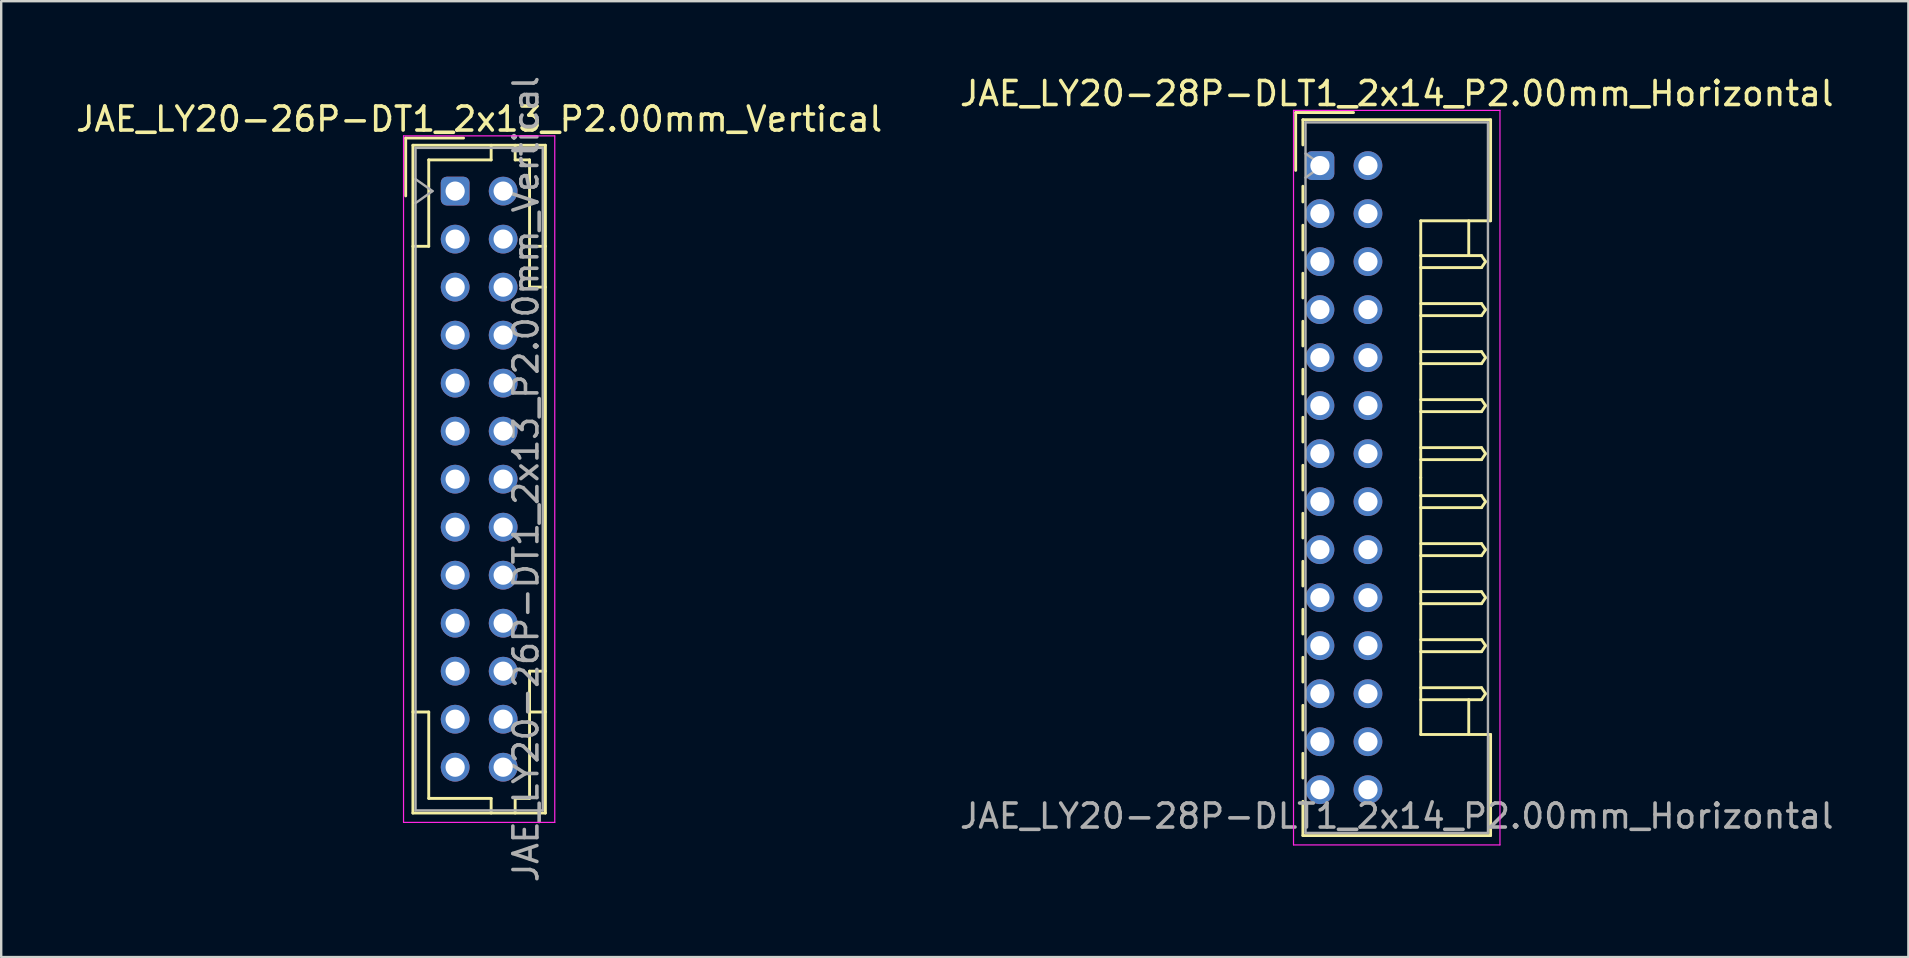
<source format=kicad_pcb>
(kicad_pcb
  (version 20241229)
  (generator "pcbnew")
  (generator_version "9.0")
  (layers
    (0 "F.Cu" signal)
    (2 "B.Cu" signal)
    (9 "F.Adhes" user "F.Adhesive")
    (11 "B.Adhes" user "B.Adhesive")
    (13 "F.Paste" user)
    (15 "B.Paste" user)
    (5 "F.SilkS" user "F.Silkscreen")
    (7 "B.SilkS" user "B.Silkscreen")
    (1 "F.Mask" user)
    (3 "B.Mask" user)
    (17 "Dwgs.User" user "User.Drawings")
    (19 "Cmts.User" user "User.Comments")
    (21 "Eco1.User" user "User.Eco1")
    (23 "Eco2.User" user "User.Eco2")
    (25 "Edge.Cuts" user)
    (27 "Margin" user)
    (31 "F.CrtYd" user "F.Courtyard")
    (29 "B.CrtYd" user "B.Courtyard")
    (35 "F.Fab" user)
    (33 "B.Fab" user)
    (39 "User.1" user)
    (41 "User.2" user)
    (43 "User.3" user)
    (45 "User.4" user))
  (footprint "JAE_LY20-26P-DT1_2x13_P2.00mm_Vertical"
    (layer "F.Cu")
    (at 15.911 4.911)
    (property "Reference" "JAE_LY20-26P-DT1_2x13_P2.00mm_Vertical" (at 1 -3 0) (layer "F.SilkS") (effects (font (size 1 1) (thickness 0.15))))
    (attr through_hole)
    (fp_line (start -2.06 -2.21) (end -2.06 0.2) (stroke (width 0.12) (type solid)) (layer "F.SilkS"))
    (fp_line (start -1.76 -1.91) (end -1.76 25.91) (stroke (width 0.12) (type solid)) (layer "F.SilkS"))
    (fp_line (start -1.76 25.91) (end 3.76 25.91) (stroke (width 0.12) (type solid)) (layer "F.SilkS"))
    (fp_line (start -1.1 -1.3) (end -1.1 2.3) (stroke (width 0.12) (type solid)) (layer "F.SilkS"))
    (fp_line (start -1.1 2.3) (end -1.76 2.3) (stroke (width 0.12) (type solid)) (layer "F.SilkS"))
    (fp_line (start -1.1 21.7) (end -1.76 21.7) (stroke (width 0.12) (type solid)) (layer "F.SilkS"))
    (fp_line (start -1.1 25.3) (end -1.1 21.7) (stroke (width 0.12) (type solid)) (layer "F.SilkS"))
    (fp_line (start 0.35 -2.21) (end -2.06 -2.21) (stroke (width 0.12) (type solid)) (layer "F.SilkS"))
    (fp_line (start 1.5 -1.91) (end 1.5 -1.3) (stroke (width 0.12) (type solid)) (layer "F.SilkS"))
    (fp_line (start 1.5 -1.3) (end -1.1 -1.3) (stroke (width 0.12) (type solid)) (layer "F.SilkS"))
    (fp_line (start 1.5 25.3) (end -1.1 25.3) (stroke (width 0.12) (type solid)) (layer "F.SilkS"))
    (fp_line (start 1.5 25.91) (end 1.5 25.3) (stroke (width 0.12) (type solid)) (layer "F.SilkS"))
    (fp_line (start 2.5 -1.91) (end 2.5 -1.3) (stroke (width 0.12) (type solid)) (layer "F.SilkS"))
    (fp_line (start 2.5 -1.3) (end 3.1 -1.3) (stroke (width 0.12) (type solid)) (layer "F.SilkS"))
    (fp_line (start 2.5 25.3) (end 3.1 25.3) (stroke (width 0.12) (type solid)) (layer "F.SilkS"))
    (fp_line (start 2.5 25.91) (end 2.5 25.3) (stroke (width 0.12) (type solid)) (layer "F.SilkS"))
    (fp_line (start 3.1 -1.3) (end 3.1 4) (stroke (width 0.12) (type solid)) (layer "F.SilkS"))
    (fp_line (start 3.1 4) (end 3.76 4) (stroke (width 0.12) (type solid)) (layer "F.SilkS"))
    (fp_line (start 3.1 20) (end 3.76 20) (stroke (width 0.12) (type solid)) (layer "F.SilkS"))
    (fp_line (start 3.1 25.3) (end 3.1 20) (stroke (width 0.12) (type solid)) (layer "F.SilkS"))
    (fp_line (start 3.76 -1.91) (end -1.76 -1.91) (stroke (width 0.12) (type solid)) (layer "F.SilkS"))
    (fp_line (start 3.76 2.3) (end 3.1 2.3) (stroke (width 0.12) (type solid)) (layer "F.SilkS"))
    (fp_line (start 3.76 21.7) (end 3.1 21.7) (stroke (width 0.12) (type solid)) (layer "F.SilkS"))
    (fp_line (start 3.76 25.91) (end 3.76 -1.91) (stroke (width 0.12) (type solid)) (layer "F.SilkS"))
    (fp_line (start -2.15 -2.3) (end -2.15 26.3) (stroke (width 0.05) (type solid)) (layer "F.CrtYd"))
    (fp_line (start -2.15 26.3) (end 4.15 26.3) (stroke (width 0.05) (type solid)) (layer "F.CrtYd"))
    (fp_line (start 4.15 -2.3) (end -2.15 -2.3) (stroke (width 0.05) (type solid)) (layer "F.CrtYd"))
    (fp_line (start 4.15 26.3) (end 4.15 -2.3) (stroke (width 0.05) (type solid)) (layer "F.CrtYd"))
    (fp_line (start -1.65 -1.8) (end -1.65 25.8) (stroke (width 0.1) (type solid)) (layer "F.Fab"))
    (fp_line (start -1.65 0.5) (end -0.943 0) (stroke (width 0.1) (type solid)) (layer "F.Fab"))
    (fp_line (start -1.65 25.8) (end 3.65 25.8) (stroke (width 0.1) (type solid)) (layer "F.Fab"))
    (fp_line (start -0.943 0) (end -1.65 -0.5) (stroke (width 0.1) (type solid)) (layer "F.Fab"))
    (fp_line (start 3.65 -1.8) (end -1.65 -1.8) (stroke (width 0.1) (type solid)) (layer "F.Fab"))
    (fp_line (start 3.65 25.8) (end 3.65 -1.8) (stroke (width 0.1) (type solid)) (layer "F.Fab"))
    (fp_text user "${REFERENCE}" (at 2.95 12 90) (layer "F.Fab") (effects (font (size 1 1) (thickness 0.15))))
    (pad "a1" thru_hole roundrect (at 0 0) (size 1.2 1.2) (drill 0.8) (layers "*.Cu" "*.Mask") (roundrect_rratio 0.208))
    (pad "a2" thru_hole circle (at 0 2) (size 1.2 1.2) (drill 0.8) (layers "*.Cu" "*.Mask"))
    (pad "a3" thru_hole circle (at 0 4) (size 1.2 1.2) (drill 0.8) (layers "*.Cu" "*.Mask"))
    (pad "a4" thru_hole circle (at 0 6) (size 1.2 1.2) (drill 0.8) (layers "*.Cu" "*.Mask"))
    (pad "a5" thru_hole circle (at 0 8) (size 1.2 1.2) (drill 0.8) (layers "*.Cu" "*.Mask"))
    (pad "a6" thru_hole circle (at 0 10) (size 1.2 1.2) (drill 0.8) (layers "*.Cu" "*.Mask"))
    (pad "a7" thru_hole circle (at 0 12) (size 1.2 1.2) (drill 0.8) (layers "*.Cu" "*.Mask"))
    (pad "a8" thru_hole circle (at 0 14) (size 1.2 1.2) (drill 0.8) (layers "*.Cu" "*.Mask"))
    (pad "a9" thru_hole circle (at 0 16) (size 1.2 1.2) (drill 0.8) (layers "*.Cu" "*.Mask"))
    (pad "a10" thru_hole circle (at 0 18) (size 1.2 1.2) (drill 0.8) (layers "*.Cu" "*.Mask"))
    (pad "a11" thru_hole circle (at 0 20) (size 1.2 1.2) (drill 0.8) (layers "*.Cu" "*.Mask"))
    (pad "a12" thru_hole circle (at 0 22) (size 1.2 1.2) (drill 0.8) (layers "*.Cu" "*.Mask"))
    (pad "a13" thru_hole circle (at 0 24) (size 1.2 1.2) (drill 0.8) (layers "*.Cu" "*.Mask"))
    (pad "b1" thru_hole circle (at 2 0) (size 1.2 1.2) (drill 0.8) (layers "*.Cu" "*.Mask"))
    (pad "b2" thru_hole circle (at 2 2) (size 1.2 1.2) (drill 0.8) (layers "*.Cu" "*.Mask"))
    (pad "b3" thru_hole circle (at 2 4) (size 1.2 1.2) (drill 0.8) (layers "*.Cu" "*.Mask"))
    (pad "b4" thru_hole circle (at 2 6) (size 1.2 1.2) (drill 0.8) (layers "*.Cu" "*.Mask"))
    (pad "b5" thru_hole circle (at 2 8) (size 1.2 1.2) (drill 0.8) (layers "*.Cu" "*.Mask"))
    (pad "b6" thru_hole circle (at 2 10) (size 1.2 1.2) (drill 0.8) (layers "*.Cu" "*.Mask"))
    (pad "b7" thru_hole circle (at 2 12) (size 1.2 1.2) (drill 0.8) (layers "*.Cu" "*.Mask"))
    (pad "b8" thru_hole circle (at 2 14) (size 1.2 1.2) (drill 0.8) (layers "*.Cu" "*.Mask"))
    (pad "b9" thru_hole circle (at 2 16) (size 1.2 1.2) (drill 0.8) (layers "*.Cu" "*.Mask"))
    (pad "b10" thru_hole circle (at 2 18) (size 1.2 1.2) (drill 0.8) (layers "*.Cu" "*.Mask"))
    (pad "b11" thru_hole circle (at 2 20) (size 1.2 1.2) (drill 0.8) (layers "*.Cu" "*.Mask"))
    (pad "b12" thru_hole circle (at 2 22) (size 1.2 1.2) (drill 0.8) (layers "*.Cu" "*.Mask"))
    (pad "b13" thru_hole circle (at 2 24) (size 1.2 1.2) (drill 0.8) (layers "*.Cu" "*.Mask")))
  (footprint "JAE_LY20-28P-DLT1_2x14_P2.00mm_Horizontal"
    (layer "F.Cu")
    (at 51.937 3.848)
    (property "Reference" "JAE_LY20-28P-DLT1_2x14_P2.00mm_Horizontal" (at 3.2 -3 0) (layer "F.SilkS") (effects (font (size 1 1) (thickness 0.15))))
    (attr through_hole)
    (fp_line (start -1.01 -2.21) (end -1.01 0.2) (stroke (width 0.12) (type solid)) (layer "F.SilkS"))
    (fp_line (start -0.71 -1.91) (end -0.71 -0.86) (stroke (width 0.12) (type solid)) (layer "F.SilkS"))
    (fp_line (start -0.71 -1.91) (end 7.11 -1.91) (stroke (width 0.12) (type solid)) (layer "F.SilkS"))
    (fp_line (start -0.71 0.86) (end -0.71 1.515) (stroke (width 0.12) (type solid)) (layer "F.SilkS"))
    (fp_line (start -0.71 2.485) (end -0.71 3.515) (stroke (width 0.12) (type solid)) (layer "F.SilkS"))
    (fp_line (start -0.71 4.485) (end -0.71 5.515) (stroke (width 0.12) (type solid)) (layer "F.SilkS"))
    (fp_line (start -0.71 6.485) (end -0.71 7.515) (stroke (width 0.12) (type solid)) (layer "F.SilkS"))
    (fp_line (start -0.71 8.485) (end -0.71 9.515) (stroke (width 0.12) (type solid)) (layer "F.SilkS"))
    (fp_line (start -0.71 10.485) (end -0.71 11.515) (stroke (width 0.12) (type solid)) (layer "F.SilkS"))
    (fp_line (start -0.71 12.485) (end -0.71 13.515) (stroke (width 0.12) (type solid)) (layer "F.SilkS"))
    (fp_line (start -0.71 14.485) (end -0.71 15.515) (stroke (width 0.12) (type solid)) (layer "F.SilkS"))
    (fp_line (start -0.71 16.485) (end -0.71 17.515) (stroke (width 0.12) (type solid)) (layer "F.SilkS"))
    (fp_line (start -0.71 18.485) (end -0.71 19.515) (stroke (width 0.12) (type solid)) (layer "F.SilkS"))
    (fp_line (start -0.71 20.485) (end -0.71 21.515) (stroke (width 0.12) (type solid)) (layer "F.SilkS"))
    (fp_line (start -0.71 22.485) (end -0.71 23.515) (stroke (width 0.12) (type solid)) (layer "F.SilkS"))
    (fp_line (start -0.71 24.485) (end -0.71 25.515) (stroke (width 0.12) (type solid)) (layer "F.SilkS"))
    (fp_line (start -0.71 26.485) (end -0.71 27.91) (stroke (width 0.12) (type solid)) (layer "F.SilkS"))
    (fp_line (start -0.71 27.91) (end 7.11 27.91) (stroke (width 0.12) (type solid)) (layer "F.SilkS"))
    (fp_line (start 1.4 -2.21) (end -1.01 -2.21) (stroke (width 0.12) (type solid)) (layer "F.SilkS"))
    (fp_line (start 4.2 2.3) (end 4.2 13) (stroke (width 0.12) (type solid)) (layer "F.SilkS"))
    (fp_line (start 4.2 3.75) (end 6.733 3.75) (stroke (width 0.12) (type solid)) (layer "F.SilkS"))
    (fp_line (start 4.2 5.75) (end 6.733 5.75) (stroke (width 0.12) (type solid)) (layer "F.SilkS"))
    (fp_line (start 4.2 7.75) (end 6.733 7.75) (stroke (width 0.12) (type solid)) (layer "F.SilkS"))
    (fp_line (start 4.2 9.75) (end 6.733 9.75) (stroke (width 0.12) (type solid)) (layer "F.SilkS"))
    (fp_line (start 4.2 11.75) (end 6.733 11.75) (stroke (width 0.12) (type solid)) (layer "F.SilkS"))
    (fp_line (start 4.2 13.75) (end 6.733 13.75) (stroke (width 0.12) (type solid)) (layer "F.SilkS"))
    (fp_line (start 4.2 15.75) (end 6.733 15.75) (stroke (width 0.12) (type solid)) (layer "F.SilkS"))
    (fp_line (start 4.2 17.75) (end 6.733 17.75) (stroke (width 0.12) (type solid)) (layer "F.SilkS"))
    (fp_line (start 4.2 19.75) (end 6.733 19.75) (stroke (width 0.12) (type solid)) (layer "F.SilkS"))
    (fp_line (start 4.2 21.75) (end 6.733 21.75) (stroke (width 0.12) (type solid)) (layer "F.SilkS"))
    (fp_line (start 4.2 23.7) (end 4.2 13) (stroke (width 0.12) (type solid)) (layer "F.SilkS"))
    (fp_line (start 6.2 2.3) (end 6.2 3.75) (stroke (width 0.12) (type solid)) (layer "F.SilkS"))
    (fp_line (start 6.2 23.7) (end 6.2 22.25) (stroke (width 0.12) (type solid)) (layer "F.SilkS"))
    (fp_line (start 6.733 3.75) (end 6.9 4) (stroke (width 0.12) (type solid)) (layer "F.SilkS"))
    (fp_line (start 6.733 4.25) (end 4.2 4.25) (stroke (width 0.12) (type solid)) (layer "F.SilkS"))
    (fp_line (start 6.733 5.75) (end 6.9 6) (stroke (width 0.12) (type solid)) (layer "F.SilkS"))
    (fp_line (start 6.733 6.25) (end 4.2 6.25) (stroke (width 0.12) (type solid)) (layer "F.SilkS"))
    (fp_line (start 6.733 7.75) (end 6.9 8) (stroke (width 0.12) (type solid)) (layer "F.SilkS"))
    (fp_line (start 6.733 8.25) (end 4.2 8.25) (stroke (width 0.12) (type solid)) (layer "F.SilkS"))
    (fp_line (start 6.733 9.75) (end 6.9 10) (stroke (width 0.12) (type solid)) (layer "F.SilkS"))
    (fp_line (start 6.733 10.25) (end 4.2 10.25) (stroke (width 0.12) (type solid)) (layer "F.SilkS"))
    (fp_line (start 6.733 11.75) (end 6.9 12) (stroke (width 0.12) (type solid)) (layer "F.SilkS"))
    (fp_line (start 6.733 12.25) (end 4.2 12.25) (stroke (width 0.12) (type solid)) (layer "F.SilkS"))
    (fp_line (start 6.733 13.75) (end 6.9 14) (stroke (width 0.12) (type solid)) (layer "F.SilkS"))
    (fp_line (start 6.733 14.25) (end 4.2 14.25) (stroke (width 0.12) (type solid)) (layer "F.SilkS"))
    (fp_line (start 6.733 15.75) (end 6.9 16) (stroke (width 0.12) (type solid)) (layer "F.SilkS"))
    (fp_line (start 6.733 16.25) (end 4.2 16.25) (stroke (width 0.12) (type solid)) (layer "F.SilkS"))
    (fp_line (start 6.733 17.75) (end 6.9 18) (stroke (width 0.12) (type solid)) (layer "F.SilkS"))
    (fp_line (start 6.733 18.25) (end 4.2 18.25) (stroke (width 0.12) (type solid)) (layer "F.SilkS"))
    (fp_line (start 6.733 19.75) (end 6.9 20) (stroke (width 0.12) (type solid)) (layer "F.SilkS"))
    (fp_line (start 6.733 20.25) (end 4.2 20.25) (stroke (width 0.12) (type solid)) (layer "F.SilkS"))
    (fp_line (start 6.733 21.75) (end 6.9 22) (stroke (width 0.12) (type solid)) (layer "F.SilkS"))
    (fp_line (start 6.733 22.25) (end 4.2 22.25) (stroke (width 0.12) (type solid)) (layer "F.SilkS"))
    (fp_line (start 6.9 4) (end 6.733 4.25) (stroke (width 0.12) (type solid)) (layer "F.SilkS"))
    (fp_line (start 6.9 6) (end 6.733 6.25) (stroke (width 0.12) (type solid)) (layer "F.SilkS"))
    (fp_line (start 6.9 8) (end 6.733 8.25) (stroke (width 0.12) (type solid)) (layer "F.SilkS"))
    (fp_line (start 6.9 10) (end 6.733 10.25) (stroke (width 0.12) (type solid)) (layer "F.SilkS"))
    (fp_line (start 6.9 12) (end 6.733 12.25) (stroke (width 0.12) (type solid)) (layer "F.SilkS"))
    (fp_line (start 6.9 14) (end 6.733 14.25) (stroke (width 0.12) (type solid)) (layer "F.SilkS"))
    (fp_line (start 6.9 16) (end 6.733 16.25) (stroke (width 0.12) (type solid)) (layer "F.SilkS"))
    (fp_line (start 6.9 18) (end 6.733 18.25) (stroke (width 0.12) (type solid)) (layer "F.SilkS"))
    (fp_line (start 6.9 20) (end 6.733 20.25) (stroke (width 0.12) (type solid)) (layer "F.SilkS"))
    (fp_line (start 6.9 22) (end 6.733 22.25) (stroke (width 0.12) (type solid)) (layer "F.SilkS"))
    (fp_line (start 7.11 -1.91) (end 7.11 2.3) (stroke (width 0.12) (type solid)) (layer "F.SilkS"))
    (fp_line (start 7.11 2.3) (end 4.2 2.3) (stroke (width 0.12) (type solid)) (layer "F.SilkS"))
    (fp_line (start 7.11 23.7) (end 4.2 23.7) (stroke (width 0.12) (type solid)) (layer "F.SilkS"))
    (fp_line (start 7.11 27.91) (end 7.11 23.7) (stroke (width 0.12) (type solid)) (layer "F.SilkS"))
    (fp_line (start -1.1 -2.3) (end -1.1 28.3) (stroke (width 0.05) (type solid)) (layer "F.CrtYd"))
    (fp_line (start -1.1 28.3) (end 7.5 28.3) (stroke (width 0.05) (type solid)) (layer "F.CrtYd"))
    (fp_line (start 7.5 -2.3) (end -1.1 -2.3) (stroke (width 0.05) (type solid)) (layer "F.CrtYd"))
    (fp_line (start 7.5 28.3) (end 7.5 -2.3) (stroke (width 0.05) (type solid)) (layer "F.CrtYd"))
    (fp_line (start -0.6 -1.8) (end -0.6 27.8) (stroke (width 0.1) (type solid)) (layer "F.Fab"))
    (fp_line (start -0.6 0.5) (end 0.107 0) (stroke (width 0.1) (type solid)) (layer "F.Fab"))
    (fp_line (start -0.6 27.8) (end 7 27.8) (stroke (width 0.1) (type solid)) (layer "F.Fab"))
    (fp_line (start 0.107 0) (end -0.6 -0.5) (stroke (width 0.1) (type solid)) (layer "F.Fab"))
    (fp_line (start 7 -1.8) (end -0.6 -1.8) (stroke (width 0.1) (type solid)) (layer "F.Fab"))
    (fp_line (start 7 27.8) (end 7 -1.8) (stroke (width 0.1) (type solid)) (layer "F.Fab"))
    (fp_text user "${REFERENCE}" (at 3.2 27.1 0) (layer "F.Fab") (effects (font (size 1 1) (thickness 0.15))))
    (pad "a1" thru_hole roundrect (at 0 0) (size 1.2 1.2) (drill 0.8) (layers "*.Cu" "*.Mask") (roundrect_rratio 0.208))
    (pad "a2" thru_hole circle (at 0 2) (size 1.2 1.2) (drill 0.8) (layers "*.Cu" "*.Mask"))
    (pad "a3" thru_hole circle (at 0 4) (size 1.2 1.2) (drill 0.8) (layers "*.Cu" "*.Mask"))
    (pad "a4" thru_hole circle (at 0 6) (size 1.2 1.2) (drill 0.8) (layers "*.Cu" "*.Mask"))
    (pad "a5" thru_hole circle (at 0 8) (size 1.2 1.2) (drill 0.8) (layers "*.Cu" "*.Mask"))
    (pad "a6" thru_hole circle (at 0 10) (size 1.2 1.2) (drill 0.8) (layers "*.Cu" "*.Mask"))
    (pad "a7" thru_hole circle (at 0 12) (size 1.2 1.2) (drill 0.8) (layers "*.Cu" "*.Mask"))
    (pad "a8" thru_hole circle (at 0 14) (size 1.2 1.2) (drill 0.8) (layers "*.Cu" "*.Mask"))
    (pad "a9" thru_hole circle (at 0 16) (size 1.2 1.2) (drill 0.8) (layers "*.Cu" "*.Mask"))
    (pad "a10" thru_hole circle (at 0 18) (size 1.2 1.2) (drill 0.8) (layers "*.Cu" "*.Mask"))
    (pad "a11" thru_hole circle (at 0 20) (size 1.2 1.2) (drill 0.8) (layers "*.Cu" "*.Mask"))
    (pad "a12" thru_hole circle (at 0 22) (size 1.2 1.2) (drill 0.8) (layers "*.Cu" "*.Mask"))
    (pad "a13" thru_hole circle (at 0 24) (size 1.2 1.2) (drill 0.8) (layers "*.Cu" "*.Mask"))
    (pad "a14" thru_hole circle (at 0 26) (size 1.2 1.2) (drill 0.8) (layers "*.Cu" "*.Mask"))
    (pad "b1" thru_hole circle (at 2 0) (size 1.2 1.2) (drill 0.8) (layers "*.Cu" "*.Mask"))
    (pad "b2" thru_hole circle (at 2 2) (size 1.2 1.2) (drill 0.8) (layers "*.Cu" "*.Mask"))
    (pad "b3" thru_hole circle (at 2 4) (size 1.2 1.2) (drill 0.8) (layers "*.Cu" "*.Mask"))
    (pad "b4" thru_hole circle (at 2 6) (size 1.2 1.2) (drill 0.8) (layers "*.Cu" "*.Mask"))
    (pad "b5" thru_hole circle (at 2 8) (size 1.2 1.2) (drill 0.8) (layers "*.Cu" "*.Mask"))
    (pad "b6" thru_hole circle (at 2 10) (size 1.2 1.2) (drill 0.8) (layers "*.Cu" "*.Mask"))
    (pad "b7" thru_hole circle (at 2 12) (size 1.2 1.2) (drill 0.8) (layers "*.Cu" "*.Mask"))
    (pad "b8" thru_hole circle (at 2 14) (size 1.2 1.2) (drill 0.8) (layers "*.Cu" "*.Mask"))
    (pad "b9" thru_hole circle (at 2 16) (size 1.2 1.2) (drill 0.8) (layers "*.Cu" "*.Mask"))
    (pad "b10" thru_hole circle (at 2 18) (size 1.2 1.2) (drill 0.8) (layers "*.Cu" "*.Mask"))
    (pad "b11" thru_hole circle (at 2 20) (size 1.2 1.2) (drill 0.8) (layers "*.Cu" "*.Mask"))
    (pad "b12" thru_hole circle (at 2 22) (size 1.2 1.2) (drill 0.8) (layers "*.Cu" "*.Mask"))
    (pad "b13" thru_hole circle (at 2 24) (size 1.2 1.2) (drill 0.8) (layers "*.Cu" "*.Mask"))
    (pad "b14" thru_hole circle (at 2 26) (size 1.2 1.2) (drill 0.8) (layers "*.Cu" "*.Mask")))
  (gr_rect
    (start -3 -3)
    (end 76.452 36.821)
    (stroke (width 0.1) (type default))
    (fill no)
    (layer "Edge.Cuts")))
</source>
